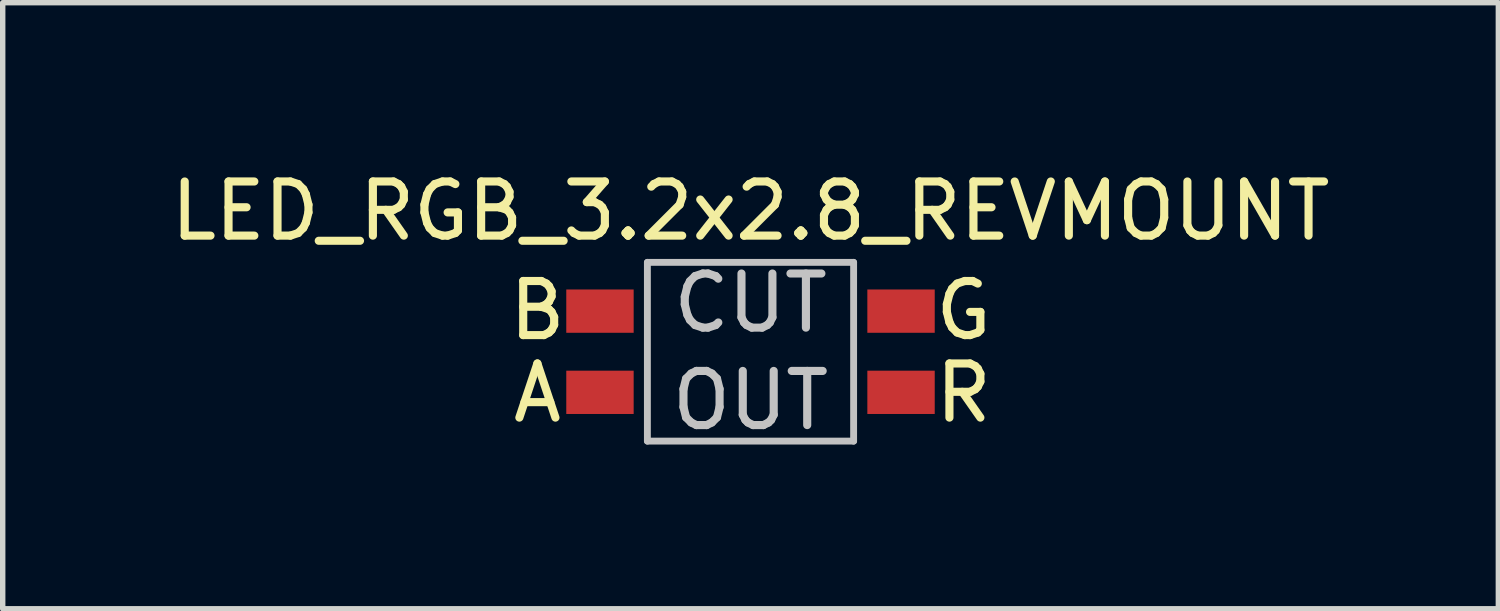
<source format=kicad_pcb>
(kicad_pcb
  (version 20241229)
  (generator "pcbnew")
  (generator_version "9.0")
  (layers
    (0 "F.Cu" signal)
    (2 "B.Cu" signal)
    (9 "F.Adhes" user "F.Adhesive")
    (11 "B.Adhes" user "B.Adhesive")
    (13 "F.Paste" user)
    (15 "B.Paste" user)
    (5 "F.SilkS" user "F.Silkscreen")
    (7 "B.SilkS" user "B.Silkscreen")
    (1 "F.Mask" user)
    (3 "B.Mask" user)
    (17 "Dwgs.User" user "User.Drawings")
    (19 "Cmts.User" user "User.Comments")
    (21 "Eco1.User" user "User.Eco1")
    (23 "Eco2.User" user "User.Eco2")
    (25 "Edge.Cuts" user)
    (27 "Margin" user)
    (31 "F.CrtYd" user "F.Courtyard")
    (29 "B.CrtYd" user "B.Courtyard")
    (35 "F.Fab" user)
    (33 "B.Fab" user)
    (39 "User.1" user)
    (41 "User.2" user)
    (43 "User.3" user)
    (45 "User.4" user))
  (footprint "LED_RGB_3.2x2.8_REVMOUNT"
    (layer "F.Cu")
    (at 10.815 3.448)
    (property "Reference" "LED_RGB_3.2x2.8_REVMOUNT" (at 0 -2.6 0) (layer "F.SilkS") (effects (font (size 1 1) (thickness 0.15))))
    (attr smd)
    (fp_line (start -1.905 -1.651) (end 1.905 -1.651) (stroke (width 0.127) (type solid)) (layer "Dwgs.User"))
    (fp_line (start -1.905 1.651) (end -1.905 -1.651) (stroke (width 0.127) (type solid)) (layer "Dwgs.User"))
    (fp_line (start 1.905 -1.651) (end 1.905 1.651) (stroke (width 0.127) (type solid)) (layer "Dwgs.User"))
    (fp_line (start 1.905 1.651) (end -1.905 1.651) (stroke (width 0.127) (type solid)) (layer "Dwgs.User"))
    (fp_text user "B" (at -3.937 -0.762 0) (layer "F.SilkS") (effects (font (size 1 1) (thickness 0.15))))
    (fp_text user "R" (at 3.937 0.762 0) (layer "F.SilkS") (effects (font (size 1 1) (thickness 0.15))))
    (fp_text user "G" (at 3.937 -0.762 0) (layer "F.SilkS") (effects (font (size 1 1) (thickness 0.15))))
    (fp_text user "A" (at -3.937 0.762 0) (layer "F.SilkS") (effects (font (size 1 1) (thickness 0.15))))
    (fp_text user "CUT" (at 0 -0.9 0) (layer "Dwgs.User") (effects (font (size 1 1) (thickness 0.15))))
    (fp_text user "OUT" (at 0 0.9 0) (layer "Dwgs.User") (effects (font (size 1 1) (thickness 0.15))))
    (pad "1" smd rect (at -2.781 0.75) (size 1.245 0.8) (layers "F.Cu" "F.Mask" "F.Paste"))
    (pad "2" smd rect (at 2.781 0.75) (size 1.245 0.8) (layers "F.Cu" "F.Mask" "F.Paste"))
    (pad "3" smd rect (at 2.781 -0.75) (size 1.245 0.8) (layers "F.Cu" "F.Mask" "F.Paste"))
    (pad "4" smd rect (at -2.781 -0.75) (size 1.245 0.8) (layers "F.Cu" "F.Mask" "F.Paste")))
  (gr_rect
    (start -3 -3)
    (end 24.631 8.197)
    (stroke (width 0.1) (type default))
    (fill no)
    (layer "Edge.Cuts")))
</source>
